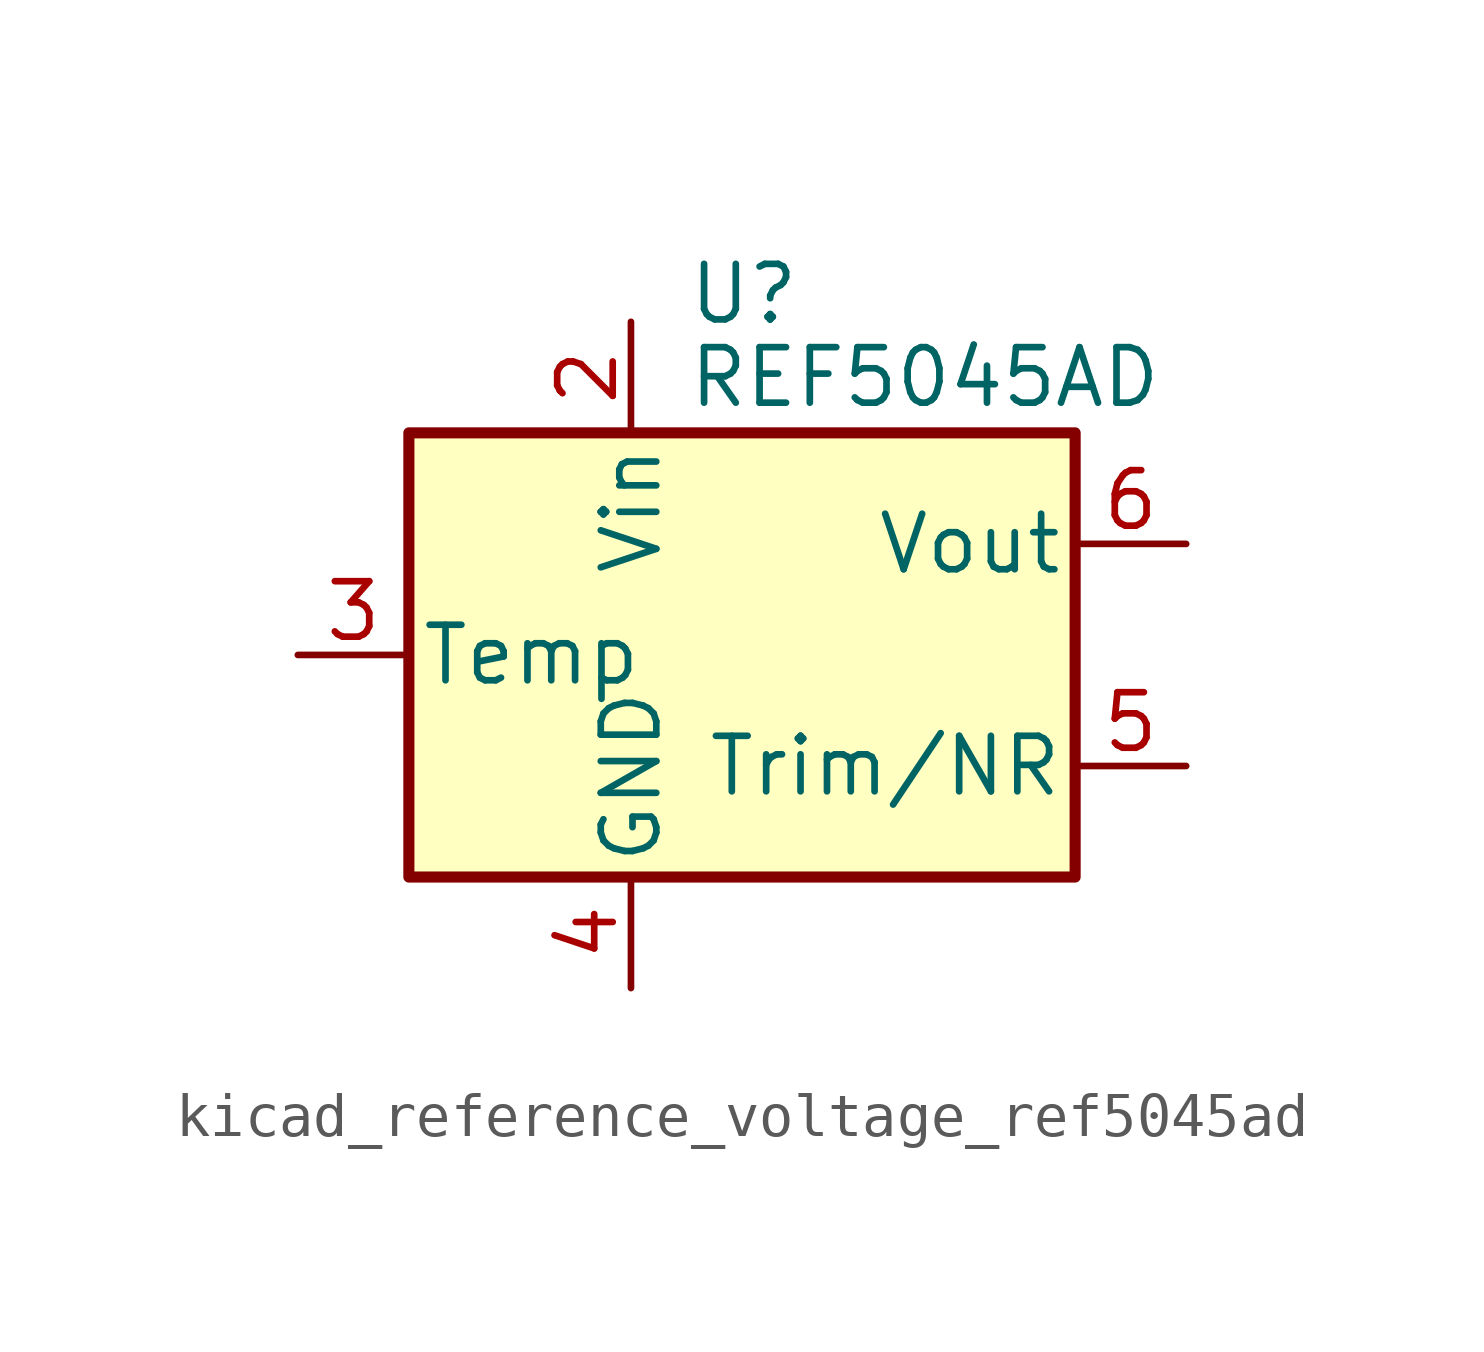
<source format=kicad_sym>
(kicad_symbol_lib
  (version 20220914)
  (generator kicad_symbol_editor)
  (symbol "kicad_reference_voltage_ref5045ad"
    (pin_names
      (offset 0.254))
    (property "Reference" "U"
      (at -1.27 8.255 0)
      (effects (font (size 1.27 1.27)) (justify left)))
    (property "Value" "REF5045AD"
      (at -1.27 6.35 0)
      (effects (font (size 1.27 1.27)) (justify left)))
    (symbol "kicad_reference_voltage_ref5045ad_0_1"
      (rectangle (start -7.62 5.08) (end 7.62 -5.08) (stroke (width 0.254) (type default)) (fill (type background))))
    (symbol "kicad_reference_voltage_ref5045ad_1_1"
      (pin no_connect line (at -7.62 2.54 0) (length 2.54) hide (name "DNC" (effects (font (size 1.27 1.27)))) (number "1" (effects (font (size 1.27 1.27)))))
      (pin power_in line (at -2.54 7.62 270) (length 2.54) (name "Vin" (effects (font (size 1.27 1.27)))) (number "2" (effects (font (size 1.27 1.27)))))
      (pin passive line (at -10.16 0 0) (length 2.54) (name "Temp" (effects (font (size 1.27 1.27)))) (number "3" (effects (font (size 1.27 1.27)))))
      (pin power_in line (at -2.54 -7.62 90) (length 2.54) (name "GND" (effects (font (size 1.27 1.27)))) (number "4" (effects (font (size 1.27 1.27)))))
      (pin passive line (at 10.16 -2.54 180) (length 2.54) (name "Trim/NR" (effects (font (size 1.27 1.27)))) (number "5" (effects (font (size 1.27 1.27)))))
      (pin power_out line (at 10.16 2.54 180) (length 2.54) (name "Vout" (effects (font (size 1.27 1.27)))) (number "6" (effects (font (size 1.27 1.27)))))
      (pin no_connect line (at -5.08 -5.08 90) (length 2.54) hide (name "NC" (effects (font (size 1.27 1.27)))) (number "7" (effects (font (size 1.27 1.27)))))
      (pin no_connect line (at 7.62 0 180) (length 2.54) hide (name "DNC" (effects (font (size 1.27 1.27)))) (number "8" (effects (font (size 1.27 1.27))))))))
</source>
